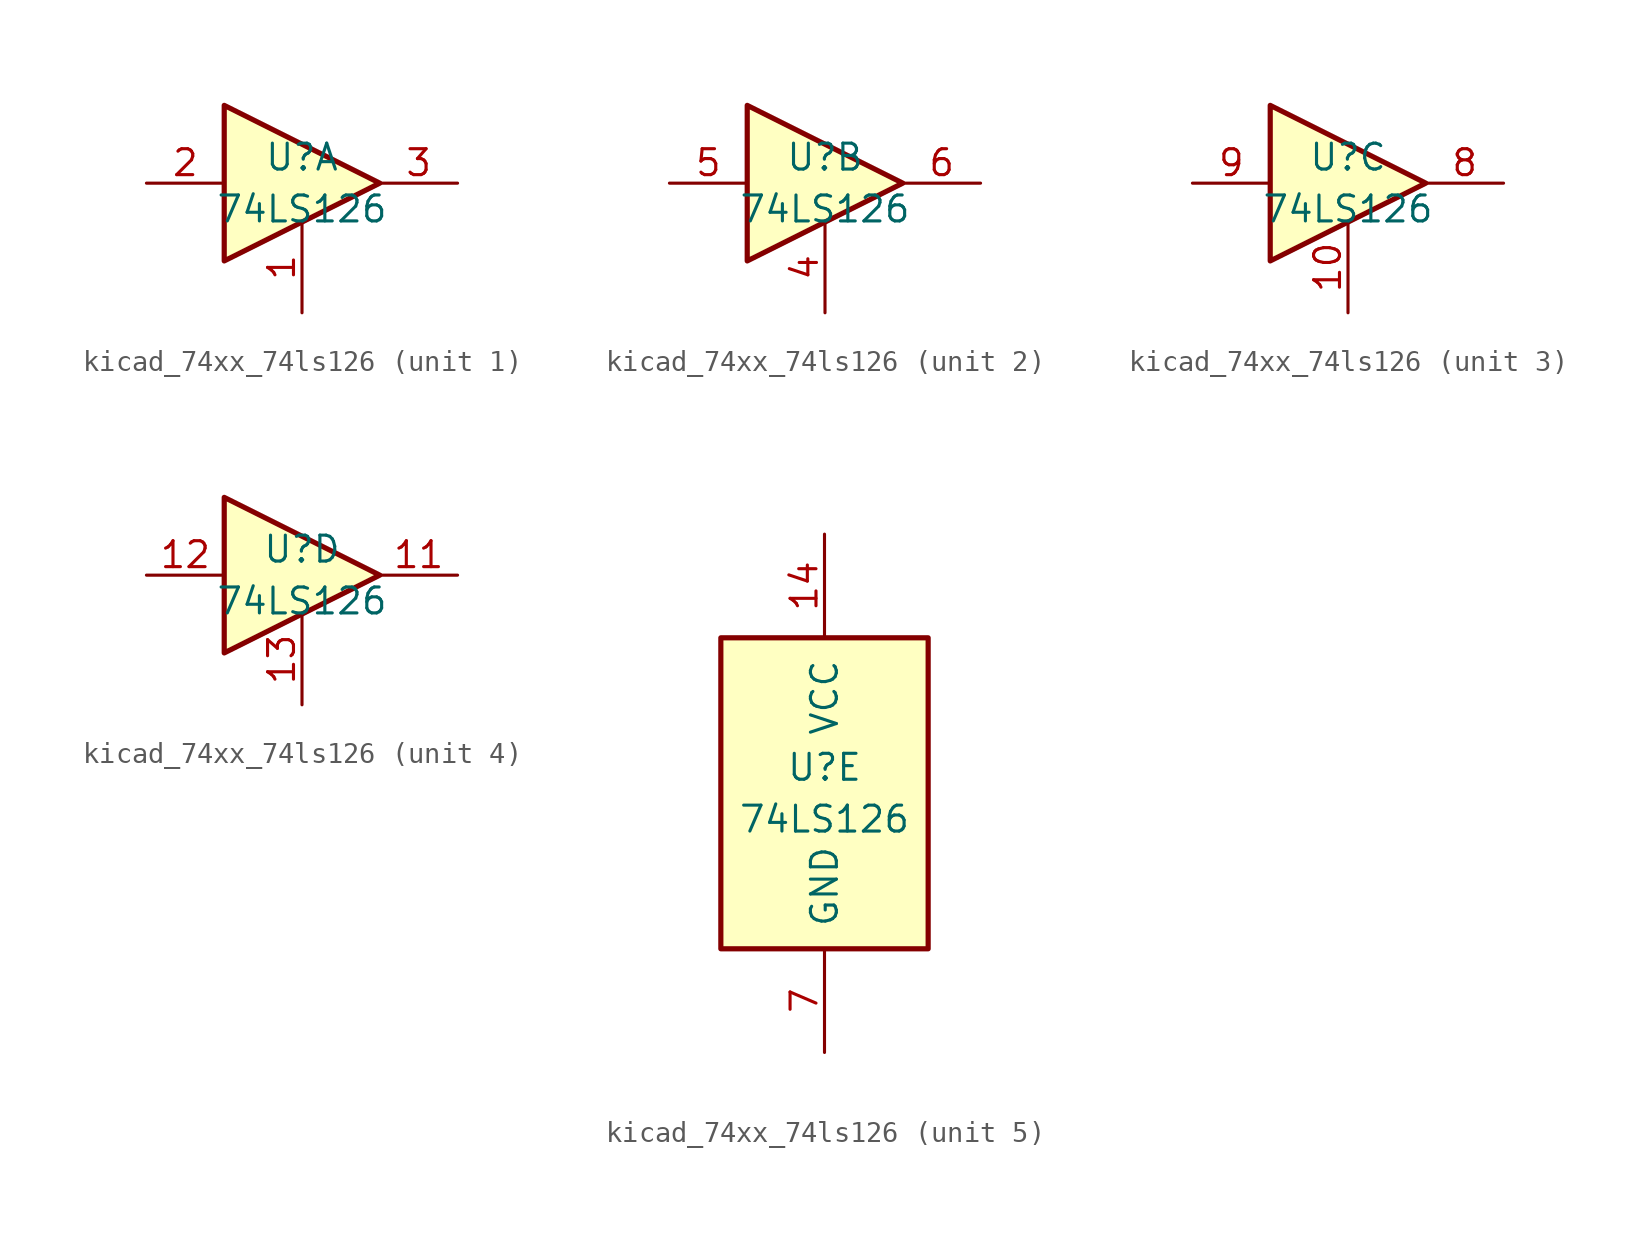
<source format=kicad_sym>
(kicad_symbol_lib
  (version 20220914)
  (generator kicad_symbol_editor)
  (symbol "kicad_74xx_74ls126"
    (pin_names
      (offset 1.016))
    (property "Reference" "U"
      (at 0 1.27 0)
      (effects (font (size 1.27 1.27))))
    (property "Value" "74LS126"
      (at 0 -1.27 0)
      (effects (font (size 1.27 1.27))))
    (property "ki_locked" ""
      (at 0 0 0)
      (effects (font (size 1.27 1.27))))
    (symbol "kicad_74xx_74ls126_1_0"
      (polyline (pts (xy -3.81 3.81) (xy -3.81 -3.81) (xy 3.81 0) (xy -3.81 3.81)) (stroke (width 0.254) (type default)) (fill (type background)))
      (pin input line (at 0 -6.35 90) (length 4.445) (name "~" (effects (font (size 1.27 1.27)))) (number "1" (effects (font (size 1.27 1.27)))))
      (pin input line (at -7.62 0 0) (length 3.81) (name "~" (effects (font (size 1.27 1.27)))) (number "2" (effects (font (size 1.27 1.27)))))
      (pin tri_state line (at 7.62 0 180) (length 3.81) (name "~" (effects (font (size 1.27 1.27)))) (number "3" (effects (font (size 1.27 1.27))))))
    (symbol "kicad_74xx_74ls126_2_0"
      (polyline (pts (xy -3.81 3.81) (xy -3.81 -3.81) (xy 3.81 0) (xy -3.81 3.81)) (stroke (width 0.254) (type default)) (fill (type background)))
      (pin input line (at 0 -6.35 90) (length 4.445) (name "~" (effects (font (size 1.27 1.27)))) (number "4" (effects (font (size 1.27 1.27)))))
      (pin input line (at -7.62 0 0) (length 3.81) (name "~" (effects (font (size 1.27 1.27)))) (number "5" (effects (font (size 1.27 1.27)))))
      (pin tri_state line (at 7.62 0 180) (length 3.81) (name "~" (effects (font (size 1.27 1.27)))) (number "6" (effects (font (size 1.27 1.27))))))
    (symbol "kicad_74xx_74ls126_3_0"
      (polyline (pts (xy -3.81 3.81) (xy -3.81 -3.81) (xy 3.81 0) (xy -3.81 3.81)) (stroke (width 0.254) (type default)) (fill (type background)))
      (pin input line (at 0 -6.35 90) (length 4.445) (name "~" (effects (font (size 1.27 1.27)))) (number "10" (effects (font (size 1.27 1.27)))))
      (pin tri_state line (at 7.62 0 180) (length 3.81) (name "~" (effects (font (size 1.27 1.27)))) (number "8" (effects (font (size 1.27 1.27)))))
      (pin input line (at -7.62 0 0) (length 3.81) (name "~" (effects (font (size 1.27 1.27)))) (number "9" (effects (font (size 1.27 1.27))))))
    (symbol "kicad_74xx_74ls126_4_0"
      (polyline (pts (xy -3.81 3.81) (xy -3.81 -3.81) (xy 3.81 0) (xy -3.81 3.81)) (stroke (width 0.254) (type default)) (fill (type background)))
      (pin tri_state line (at 7.62 0 180) (length 3.81) (name "~" (effects (font (size 1.27 1.27)))) (number "11" (effects (font (size 1.27 1.27)))))
      (pin input line (at -7.62 0 0) (length 3.81) (name "~" (effects (font (size 1.27 1.27)))) (number "12" (effects (font (size 1.27 1.27)))))
      (pin input line (at 0 -6.35 90) (length 4.445) (name "~" (effects (font (size 1.27 1.27)))) (number "13" (effects (font (size 1.27 1.27))))))
    (symbol "kicad_74xx_74ls126_5_0"
      (pin power_in line (at 0 12.7 270) (length 5.08) (name "VCC" (effects (font (size 1.27 1.27)))) (number "14" (effects (font (size 1.27 1.27)))))
      (pin power_in line (at 0 -12.7 90) (length 5.08) (name "GND" (effects (font (size 1.27 1.27)))) (number "7" (effects (font (size 1.27 1.27))))))
    (symbol "kicad_74xx_74ls126_5_1"
      (rectangle (start -5.08 7.62) (end 5.08 -7.62) (stroke (width 0.254) (type default)) (fill (type background))))))
</source>
